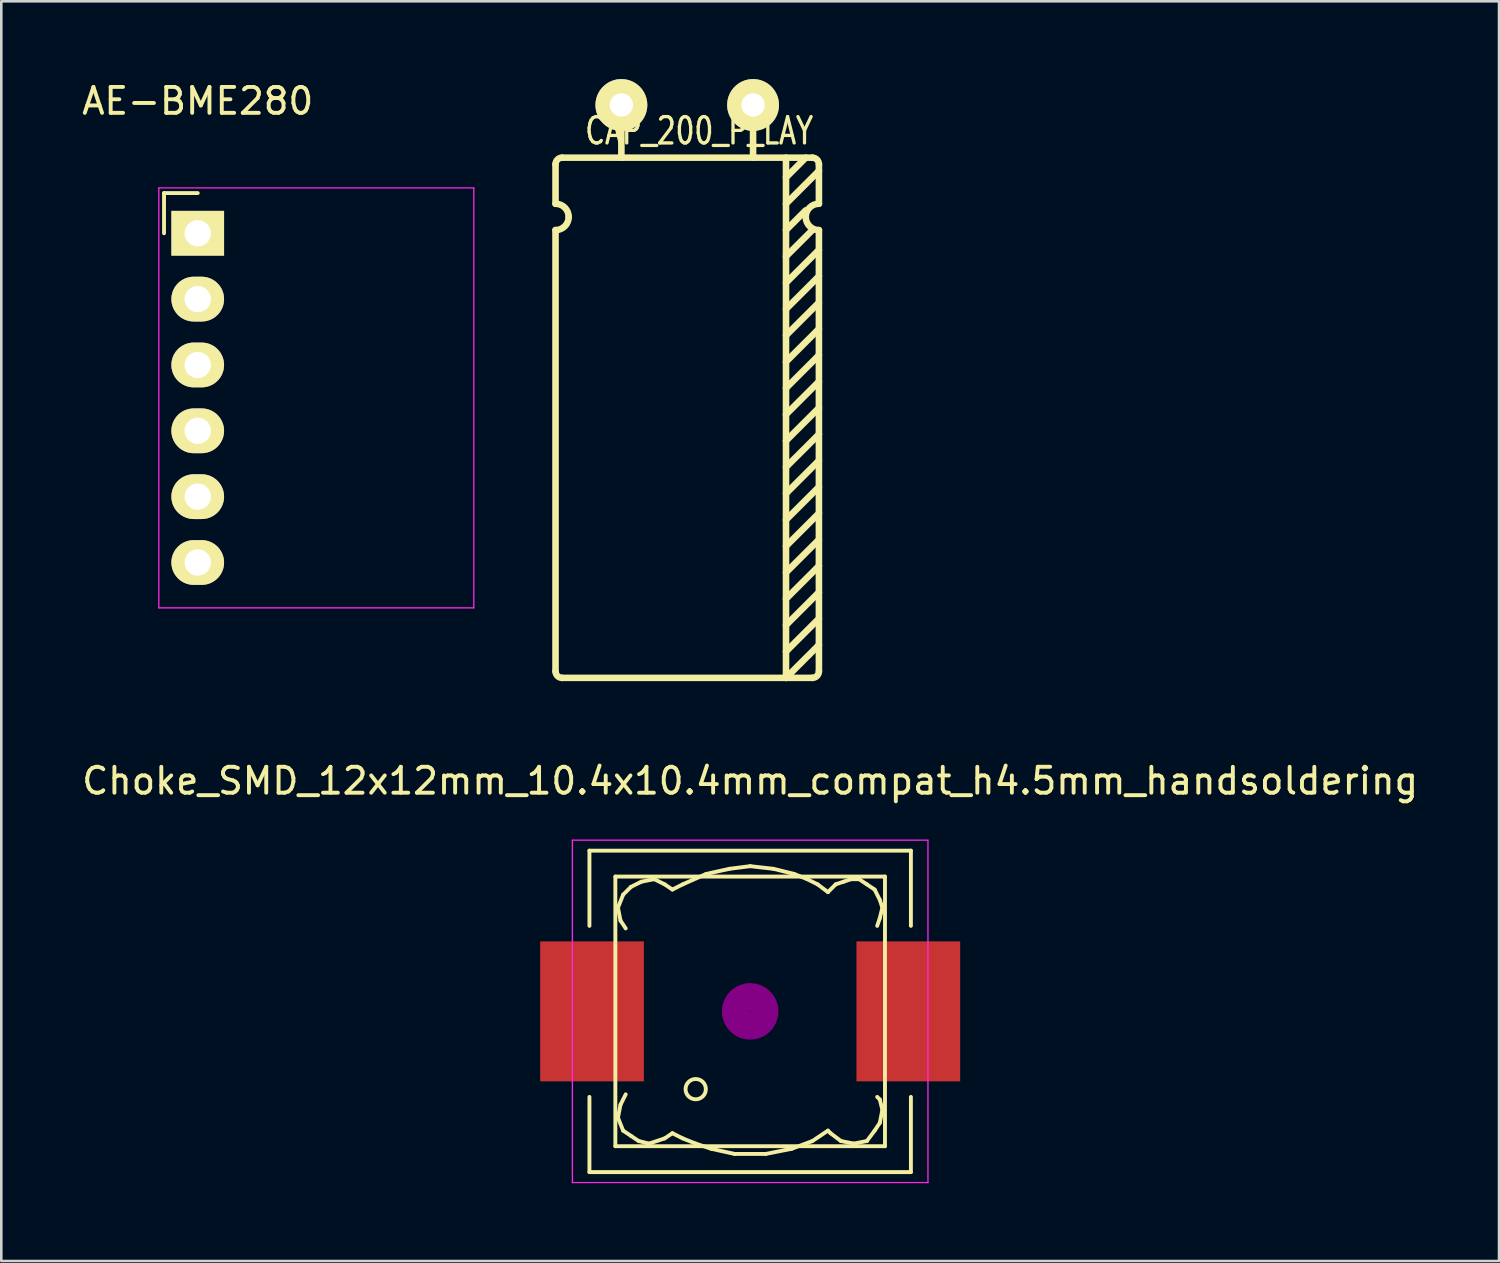
<source format=kicad_pcb>
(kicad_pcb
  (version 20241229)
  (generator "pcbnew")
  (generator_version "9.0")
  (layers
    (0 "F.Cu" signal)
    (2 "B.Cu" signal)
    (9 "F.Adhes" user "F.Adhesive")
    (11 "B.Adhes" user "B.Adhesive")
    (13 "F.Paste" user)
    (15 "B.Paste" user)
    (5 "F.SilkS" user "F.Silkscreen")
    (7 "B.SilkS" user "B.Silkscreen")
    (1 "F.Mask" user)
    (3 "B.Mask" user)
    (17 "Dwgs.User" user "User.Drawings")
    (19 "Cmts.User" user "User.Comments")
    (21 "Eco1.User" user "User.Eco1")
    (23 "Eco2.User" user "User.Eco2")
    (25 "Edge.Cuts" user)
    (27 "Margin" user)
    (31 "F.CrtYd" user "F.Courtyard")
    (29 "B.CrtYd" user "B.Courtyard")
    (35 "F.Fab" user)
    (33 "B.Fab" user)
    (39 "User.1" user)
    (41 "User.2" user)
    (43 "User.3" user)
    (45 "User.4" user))
  (footprint "AE-BME280"
    (layer "F.Cu")
    (at 4.577 5.948)
    (property "Reference" "AE-BME280" (at 0 -5.1 0) (layer "F.SilkS") (effects (font (size 1 1) (thickness 0.15))))
    (attr through_hole)
    (fp_line (start -1.3 -1.55) (end -1.3 0) (stroke (width 0.15) (type solid)) (layer "F.SilkS"))
    (fp_line (start 0 -1.55) (end -1.3 -1.55) (stroke (width 0.15) (type solid)) (layer "F.SilkS"))
    (fp_line (start -1.5 -1.75) (end -1.5 14.45) (stroke (width 0.05) (type solid)) (layer "F.CrtYd"))
    (fp_line (start -1.5 -1.75) (end 10.65 -1.75) (stroke (width 0.05) (type solid)) (layer "F.CrtYd"))
    (fp_line (start -1.5 14.45) (end 10.65 14.45) (stroke (width 0.05) (type solid)) (layer "F.CrtYd"))
    (fp_line (start 10.65 -1.75) (end 10.65 14.45) (stroke (width 0.05) (type solid)) (layer "F.CrtYd"))
    (pad "1" thru_hole rect (at 0 0) (size 2.032 1.727) (drill 1.016) (layers "*.Cu" "*.Mask" "F.SilkS"))
    (pad "2" thru_hole oval (at 0 2.54) (size 2.032 1.727) (drill 1.016) (layers "*.Cu" "*.Mask" "F.SilkS"))
    (pad "3" thru_hole oval (at 0 5.08) (size 2.032 1.727) (drill 1.016) (layers "*.Cu" "*.Mask" "F.SilkS"))
    (pad "4" thru_hole oval (at 0 7.62) (size 2.032 1.727) (drill 1.016) (layers "*.Cu" "*.Mask" "F.SilkS"))
    (pad "5" thru_hole oval (at 0 10.16) (size 2.032 1.727) (drill 1.016) (layers "*.Cu" "*.Mask" "F.SilkS"))
    (pad "6" thru_hole oval (at 0 12.7) (size 2.032 1.727) (drill 1.016) (layers "*.Cu" "*.Mask" "F.SilkS")))
  (footprint "Choke_SMD_12x12mm_10.4x10.4mm_compat_h4.5mm_handsoldering"
    (layer "F.Cu")
    (at 25.887 35.963)
    (property "Reference" "Choke_SMD_12x12mm_10.4x10.4mm_compat_h4.5mm_handsoldering" (at 0 -8.89 0) (layer "F.SilkS") (effects (font (size 1 1) (thickness 0.15))))
    (attr smd)
    (fp_line (start -6.2 -6.2) (end -6.2 -3.299) (stroke (width 0.15) (type solid)) (layer "F.SilkS"))
    (fp_line (start -6.2 3.299) (end -6.2 6.2) (stroke (width 0.15) (type solid)) (layer "F.SilkS"))
    (fp_line (start -6.2 6.2) (end 6.2 6.2) (stroke (width 0.15) (type solid)) (layer "F.SilkS"))
    (fp_line (start -5.2 -5.2) (end 5.2 -5.2) (stroke (width 0.15) (type solid)) (layer "F.SilkS"))
    (fp_line (start -5.2 5.2) (end -5.2 -5.2) (stroke (width 0.15) (type solid)) (layer "F.SilkS"))
    (fp_line (start -5.1 -4) (end -5.001 -3.5) (stroke (width 0.15) (type solid)) (layer "F.SilkS"))
    (fp_line (start -5.1 4.1) (end -5.001 3.599) (stroke (width 0.15) (type solid)) (layer "F.SilkS"))
    (fp_line (start -5.001 -3.5) (end -4.801 -3.2) (stroke (width 0.15) (type solid)) (layer "F.SilkS"))
    (fp_line (start -5.001 3.599) (end -4.801 3.2) (stroke (width 0.15) (type solid)) (layer "F.SilkS"))
    (fp_line (start -4.9 -4.501) (end -5.1 -4) (stroke (width 0.15) (type solid)) (layer "F.SilkS"))
    (fp_line (start -4.9 4.6) (end -5.1 4.1) (stroke (width 0.15) (type solid)) (layer "F.SilkS"))
    (fp_line (start -4.6 -4.801) (end -4.9 -4.501) (stroke (width 0.15) (type solid)) (layer "F.SilkS"))
    (fp_line (start -4.6 4.801) (end -4.9 4.6) (stroke (width 0.15) (type solid)) (layer "F.SilkS"))
    (fp_line (start -4.3 5.001) (end -4.6 4.801) (stroke (width 0.15) (type solid)) (layer "F.SilkS"))
    (fp_line (start -4.201 -5.001) (end -4.6 -4.801) (stroke (width 0.15) (type solid)) (layer "F.SilkS"))
    (fp_line (start -3.899 5.1) (end -4.3 5.001) (stroke (width 0.15) (type solid)) (layer "F.SilkS"))
    (fp_line (start -3.701 -5.1) (end -4.201 -5.001) (stroke (width 0.15) (type solid)) (layer "F.SilkS"))
    (fp_line (start -3.299 -4.9) (end -3.701 -5.1) (stroke (width 0.15) (type solid)) (layer "F.SilkS"))
    (fp_line (start -3.299 4.9) (end -3.899 5.1) (stroke (width 0.15) (type solid)) (layer "F.SilkS"))
    (fp_line (start -3 -4.699) (end -3.299 -4.9) (stroke (width 0.15) (type solid)) (layer "F.SilkS"))
    (fp_line (start -3 4.699) (end -3.299 4.9) (stroke (width 0.15) (type solid)) (layer "F.SilkS"))
    (fp_line (start -2.601 -4.9) (end -3 -4.699) (stroke (width 0.15) (type solid)) (layer "F.SilkS"))
    (fp_line (start -2.601 4.9) (end -3 4.699) (stroke (width 0.15) (type solid)) (layer "F.SilkS"))
    (fp_line (start -2.101 5.1) (end -2.601 4.9) (stroke (width 0.15) (type solid)) (layer "F.SilkS"))
    (fp_line (start -1.699 -5.301) (end -2.601 -4.9) (stroke (width 0.15) (type solid)) (layer "F.SilkS"))
    (fp_line (start -1.501 5.301) (end -2.101 5.1) (stroke (width 0.15) (type solid)) (layer "F.SilkS"))
    (fp_line (start -0.8 -5.499) (end -1.699 -5.301) (stroke (width 0.15) (type solid)) (layer "F.SilkS"))
    (fp_line (start -0.599 5.499) (end -1.501 5.301) (stroke (width 0.15) (type solid)) (layer "F.SilkS"))
    (fp_line (start 0 -5.601) (end -0.8 -5.499) (stroke (width 0.15) (type solid)) (layer "F.SilkS"))
    (fp_line (start 0.599 5.499) (end -0.599 5.499) (stroke (width 0.15) (type solid)) (layer "F.SilkS"))
    (fp_line (start 0.899 -5.499) (end 0 -5.601) (stroke (width 0.15) (type solid)) (layer "F.SilkS"))
    (fp_line (start 1.6 5.301) (end 0.599 5.499) (stroke (width 0.15) (type solid)) (layer "F.SilkS"))
    (fp_line (start 1.699 -5.301) (end 0.899 -5.499) (stroke (width 0.15) (type solid)) (layer "F.SilkS"))
    (fp_line (start 2.2 -5.1) (end 1.699 -5.301) (stroke (width 0.15) (type solid)) (layer "F.SilkS"))
    (fp_line (start 2.4 5.001) (end 1.6 5.301) (stroke (width 0.15) (type solid)) (layer "F.SilkS"))
    (fp_line (start 2.601 -4.9) (end 2.2 -5.1) (stroke (width 0.15) (type solid)) (layer "F.SilkS"))
    (fp_line (start 3 -4.6) (end 2.601 -4.9) (stroke (width 0.15) (type solid)) (layer "F.SilkS"))
    (fp_line (start 3 4.6) (end 2.4 5.001) (stroke (width 0.15) (type solid)) (layer "F.SilkS"))
    (fp_line (start 3.099 4.699) (end 3 4.6) (stroke (width 0.15) (type solid)) (layer "F.SilkS"))
    (fp_line (start 3.299 -4.9) (end 3 -4.6) (stroke (width 0.15) (type solid)) (layer "F.SilkS"))
    (fp_line (start 3.5 5.001) (end 3.099 4.699) (stroke (width 0.15) (type solid)) (layer "F.SilkS"))
    (fp_line (start 3.599 -5.001) (end 3.299 -4.9) (stroke (width 0.15) (type solid)) (layer "F.SilkS"))
    (fp_line (start 3.899 -5.1) (end 3.599 -5.001) (stroke (width 0.15) (type solid)) (layer "F.SilkS"))
    (fp_line (start 4 5.1) (end 3.5 5.001) (stroke (width 0.15) (type solid)) (layer "F.SilkS"))
    (fp_line (start 4.201 -5.1) (end 3.899 -5.1) (stroke (width 0.15) (type solid)) (layer "F.SilkS"))
    (fp_line (start 4.501 -4.9) (end 4.201 -5.1) (stroke (width 0.15) (type solid)) (layer "F.SilkS"))
    (fp_line (start 4.501 5.001) (end 4 5.1) (stroke (width 0.15) (type solid)) (layer "F.SilkS"))
    (fp_line (start 4.801 -4.699) (end 4.501 -4.9) (stroke (width 0.15) (type solid)) (layer "F.SilkS"))
    (fp_line (start 4.801 4.6) (end 4.501 5.001) (stroke (width 0.15) (type solid)) (layer "F.SilkS"))
    (fp_line (start 4.9 -3.299) (end 5.001 -3.599) (stroke (width 0.15) (type solid)) (layer "F.SilkS"))
    (fp_line (start 4.9 3.299) (end 5.001 3.401) (stroke (width 0.15) (type solid)) (layer "F.SilkS"))
    (fp_line (start 5.001 -4.3) (end 4.801 -4.699) (stroke (width 0.15) (type solid)) (layer "F.SilkS"))
    (fp_line (start 5.001 -3.599) (end 5.1 -4) (stroke (width 0.15) (type solid)) (layer "F.SilkS"))
    (fp_line (start 5.001 3.401) (end 5.1 3.8) (stroke (width 0.15) (type solid)) (layer "F.SilkS"))
    (fp_line (start 5.001 4.3) (end 4.801 4.6) (stroke (width 0.15) (type solid)) (layer "F.SilkS"))
    (fp_line (start 5.1 -4) (end 5.001 -4.3) (stroke (width 0.15) (type solid)) (layer "F.SilkS"))
    (fp_line (start 5.1 3.8) (end 5.001 4.3) (stroke (width 0.15) (type solid)) (layer "F.SilkS"))
    (fp_line (start 5.2 -5.2) (end 5.2 5.2) (stroke (width 0.15) (type solid)) (layer "F.SilkS"))
    (fp_line (start 5.2 5.2) (end -5.2 5.2) (stroke (width 0.15) (type solid)) (layer "F.SilkS"))
    (fp_line (start 6.2 -6.2) (end -6.2 -6.2) (stroke (width 0.15) (type solid)) (layer "F.SilkS"))
    (fp_line (start 6.2 -6.2) (end 6.2 -3.299) (stroke (width 0.15) (type solid)) (layer "F.SilkS"))
    (fp_line (start 6.2 6.2) (end 6.2 3.299) (stroke (width 0.15) (type solid)) (layer "F.SilkS"))
    (fp_circle (center -2.101 3) (end -1.801 3.251) (stroke (width 0.15) (type solid)) (fill no) (layer "F.SilkS"))
    (fp_circle (center 0 0) (end 0.15 0.15) (stroke (width 0.381) (type solid)) (fill no) (layer "F.Adhes"))
    (fp_circle (center 0 0) (end 0.551 0) (stroke (width 0.381) (type solid)) (fill no) (layer "F.Adhes"))
    (fp_circle (center 0 0) (end 0.899 0) (stroke (width 0.381) (type solid)) (fill no) (layer "F.Adhes"))
    (fp_line (start -6.858 -6.604) (end 6.858 -6.604) (stroke (width 0.05) (type solid)) (layer "F.CrtYd"))
    (fp_line (start -6.858 6.604) (end -6.858 -6.604) (stroke (width 0.05) (type solid)) (layer "F.CrtYd"))
    (fp_line (start 6.858 -6.604) (end 6.858 6.604) (stroke (width 0.05) (type solid)) (layer "F.CrtYd"))
    (fp_line (start 6.858 6.604) (end -6.858 6.604) (stroke (width 0.05) (type solid)) (layer "F.CrtYd"))
    (pad "1" smd rect (at -6.1 0) (size 4 5.4) (layers "F.Cu" "F.Mask" "F.Paste"))
    (pad "2" smd rect (at 6.1 0) (size 4 5.4) (layers "F.Cu" "F.Mask" "F.Paste")))
  (footprint "CAP_200_P_LAY"
    (layer "F.Cu")
    (at 20.919 1)
    (property "Reference" "CAP_200_P_LAY" (at 3 1 0) (layer "F.SilkS") (effects (font (size 1.016 0.762) (thickness 0.127))))
    (attr through_hole)
    (fp_line (start -2.54 2.286) (end -2.54 3.81) (stroke (width 0.254) (type solid)) (layer "F.SilkS"))
    (fp_line (start -2.54 4.826) (end -2.54 21.844) (stroke (width 0.254) (type solid)) (layer "F.SilkS"))
    (fp_line (start -2.286 2.032) (end 7.366 2.032) (stroke (width 0.254) (type solid)) (layer "F.SilkS"))
    (fp_line (start -2.286 22.098) (end 7.366 22.098) (stroke (width 0.254) (type solid)) (layer "F.SilkS"))
    (fp_line (start 0 2.032) (end 0 1.016) (stroke (width 0.254) (type solid)) (layer "F.SilkS"))
    (fp_line (start 5.08 2.032) (end 5.08 1.016) (stroke (width 0.254) (type solid)) (layer "F.SilkS"))
    (fp_line (start 6.35 2.032) (end 6.35 22.098) (stroke (width 0.254) (type solid)) (layer "F.SilkS"))
    (fp_line (start 6.35 4.826) (end 7.112 4.064) (stroke (width 0.254) (type solid)) (layer "F.SilkS"))
    (fp_line (start 6.35 5.842) (end 7.366 4.826) (stroke (width 0.254) (type solid)) (layer "F.SilkS"))
    (fp_line (start 6.35 6.858) (end 7.62 5.588) (stroke (width 0.254) (type solid)) (layer "F.SilkS"))
    (fp_line (start 6.35 7.874) (end 7.62 6.604) (stroke (width 0.254) (type solid)) (layer "F.SilkS"))
    (fp_line (start 6.35 8.89) (end 7.62 7.62) (stroke (width 0.254) (type solid)) (layer "F.SilkS"))
    (fp_line (start 6.35 9.906) (end 7.62 8.636) (stroke (width 0.254) (type solid)) (layer "F.SilkS"))
    (fp_line (start 6.35 10.922) (end 7.62 9.652) (stroke (width 0.254) (type solid)) (layer "F.SilkS"))
    (fp_line (start 6.35 11.938) (end 7.62 10.668) (stroke (width 0.254) (type solid)) (layer "F.SilkS"))
    (fp_line (start 6.35 12.954) (end 7.62 11.684) (stroke (width 0.254) (type solid)) (layer "F.SilkS"))
    (fp_line (start 6.35 13.97) (end 7.62 12.7) (stroke (width 0.254) (type solid)) (layer "F.SilkS"))
    (fp_line (start 6.35 14.986) (end 7.62 13.716) (stroke (width 0.254) (type solid)) (layer "F.SilkS"))
    (fp_line (start 6.35 16.002) (end 7.62 14.732) (stroke (width 0.254) (type solid)) (layer "F.SilkS"))
    (fp_line (start 6.35 17.018) (end 7.62 15.748) (stroke (width 0.254) (type solid)) (layer "F.SilkS"))
    (fp_line (start 6.35 18.034) (end 7.62 16.764) (stroke (width 0.254) (type solid)) (layer "F.SilkS"))
    (fp_line (start 6.35 19.05) (end 7.62 17.78) (stroke (width 0.254) (type solid)) (layer "F.SilkS"))
    (fp_line (start 6.35 20.066) (end 7.62 18.796) (stroke (width 0.254) (type solid)) (layer "F.SilkS"))
    (fp_line (start 6.35 21.082) (end 7.62 19.812) (stroke (width 0.254) (type solid)) (layer "F.SilkS"))
    (fp_line (start 6.35 22.098) (end 7.62 20.828) (stroke (width 0.254) (type solid)) (layer "F.SilkS"))
    (fp_line (start 7.112 2.032) (end 6.35 2.794) (stroke (width 0.254) (type solid)) (layer "F.SilkS"))
    (fp_line (start 7.62 2.286) (end 7.62 3.81) (stroke (width 0.254) (type solid)) (layer "F.SilkS"))
    (fp_line (start 7.62 2.54) (end 6.35 3.81) (stroke (width 0.254) (type solid)) (layer "F.SilkS"))
    (fp_line (start 7.62 4.826) (end 7.62 21.844) (stroke (width 0.254) (type solid)) (layer "F.SilkS"))
    (fp_arc (start -2.54 2.286) (mid -2.465605 2.106395) (end -2.286 2.032) (stroke (width 0.254) (type solid)) (layer "F.SilkS"))
    (fp_arc (start -2.54 3.81) (mid -2.18079 3.95879) (end -2.032 4.318) (stroke (width 0.254) (type solid)) (layer "F.SilkS"))
    (fp_arc (start -2.286 22.098) (mid -2.465605 22.023605) (end -2.54 21.844) (stroke (width 0.254) (type solid)) (layer "F.SilkS"))
    (fp_arc (start -2.032 4.318) (mid -2.18079 4.67721) (end -2.54 4.826) (stroke (width 0.254) (type solid)) (layer "F.SilkS"))
    (fp_arc (start 7.112 4.318) (mid 7.26079 3.95879) (end 7.62 3.81) (stroke (width 0.254) (type solid)) (layer "F.SilkS"))
    (fp_arc (start 7.366 2.032) (mid 7.545605 2.106395) (end 7.62 2.286) (stroke (width 0.254) (type solid)) (layer "F.SilkS"))
    (fp_arc (start 7.62 4.826) (mid 7.26079 4.67721) (end 7.112 4.318) (stroke (width 0.254) (type solid)) (layer "F.SilkS"))
    (fp_arc (start 7.62 21.844) (mid 7.545605 22.023605) (end 7.366 22.098) (stroke (width 0.254) (type solid)) (layer "F.SilkS"))
    (pad "1" thru_hole circle (at 0 0) (size 2 2) (drill 0.9) (layers "*.Cu" "*.Mask" "F.SilkS"))
    (pad "2" thru_hole circle (at 5.08 0) (size 2 2) (drill 0.9) (layers "*.Cu" "*.Mask" "F.SilkS")))
  (gr_rect
    (start -3 -3)
    (end 54.774 45.592)
    (stroke (width 0.1) (type default))
    (fill no)
    (layer "Edge.Cuts")))
</source>
